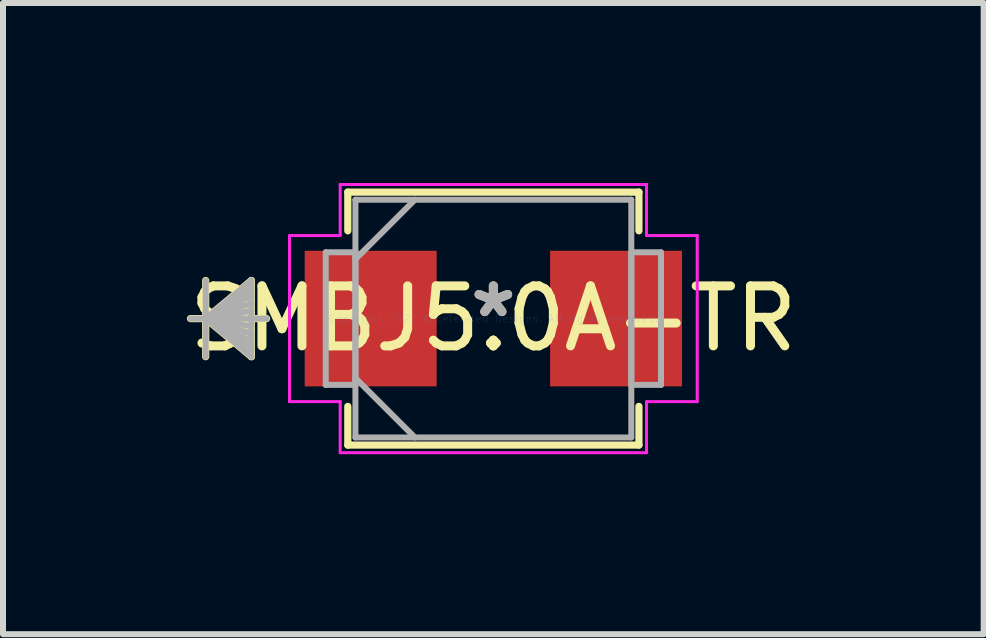
<source format=kicad_pcb>
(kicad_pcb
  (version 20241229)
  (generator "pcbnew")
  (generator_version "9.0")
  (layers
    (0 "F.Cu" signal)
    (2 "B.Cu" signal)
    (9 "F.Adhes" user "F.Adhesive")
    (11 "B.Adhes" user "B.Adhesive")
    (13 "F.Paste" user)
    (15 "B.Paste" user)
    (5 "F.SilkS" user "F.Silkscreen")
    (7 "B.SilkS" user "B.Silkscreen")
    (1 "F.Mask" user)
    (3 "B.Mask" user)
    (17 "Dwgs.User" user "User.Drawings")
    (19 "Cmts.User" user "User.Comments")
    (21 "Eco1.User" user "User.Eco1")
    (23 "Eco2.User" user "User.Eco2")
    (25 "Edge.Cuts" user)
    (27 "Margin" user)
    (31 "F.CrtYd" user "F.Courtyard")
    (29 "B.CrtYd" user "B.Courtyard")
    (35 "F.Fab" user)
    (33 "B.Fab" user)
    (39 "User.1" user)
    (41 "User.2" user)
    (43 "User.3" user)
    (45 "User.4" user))
  (footprint "SMBJ5.0A-TR"
    (layer "F.Cu")
    (at 5.173 2.26)
    (property "Reference" "SMBJ5.0A-TR" (at 0 0 0) (layer "F.SilkS") (effects (font (size 1 1) (thickness 0.15))))
    (attr through_hole)
    (fp_line (start -4.795 -0.635) (end -4.795 0.635) (stroke (width 0.12) (type solid)) (layer "F.SilkS"))
    (fp_line (start -4.795 0) (end -4.033 -0.635) (stroke (width 0.12) (type solid)) (layer "F.SilkS"))
    (fp_line (start -4.795 0) (end -4.033 -0.508) (stroke (width 0.12) (type solid)) (layer "F.SilkS"))
    (fp_line (start -4.795 0) (end -4.033 -0.381) (stroke (width 0.12) (type solid)) (layer "F.SilkS"))
    (fp_line (start -4.795 0) (end -4.033 -0.254) (stroke (width 0.12) (type solid)) (layer "F.SilkS"))
    (fp_line (start -4.795 0) (end -4.033 -0.127) (stroke (width 0.12) (type solid)) (layer "F.SilkS"))
    (fp_line (start -4.795 0) (end -4.033 0.127) (stroke (width 0.12) (type solid)) (layer "F.SilkS"))
    (fp_line (start -4.795 0) (end -4.033 0.254) (stroke (width 0.12) (type solid)) (layer "F.SilkS"))
    (fp_line (start -4.795 0) (end -4.033 0.381) (stroke (width 0.12) (type solid)) (layer "F.SilkS"))
    (fp_line (start -4.795 0) (end -4.033 0.508) (stroke (width 0.12) (type solid)) (layer "F.SilkS"))
    (fp_line (start -4.795 0) (end -4.033 0.635) (stroke (width 0.12) (type solid)) (layer "F.SilkS"))
    (fp_line (start -4.033 -0.635) (end -4.033 0.635) (stroke (width 0.12) (type solid)) (layer "F.SilkS"))
    (fp_line (start -3.779 0) (end -5.049 0) (stroke (width 0.12) (type solid)) (layer "F.SilkS"))
    (fp_line (start -2.426 -2.108) (end -2.426 -1.463) (stroke (width 0.12) (type solid)) (layer "F.SilkS"))
    (fp_line (start -2.426 1.463) (end -2.426 2.108) (stroke (width 0.12) (type solid)) (layer "F.SilkS"))
    (fp_line (start -2.426 2.108) (end 2.426 2.108) (stroke (width 0.12) (type solid)) (layer "F.SilkS"))
    (fp_line (start 2.426 -2.108) (end -2.426 -2.108) (stroke (width 0.12) (type solid)) (layer "F.SilkS"))
    (fp_line (start 2.426 -1.463) (end 2.426 -2.108) (stroke (width 0.12) (type solid)) (layer "F.SilkS"))
    (fp_line (start 2.426 2.108) (end 2.426 1.463) (stroke (width 0.12) (type solid)) (layer "F.SilkS"))
    (fp_line (start -3.398 -1.384) (end -2.553 -1.384) (stroke (width 0.05) (type solid)) (layer "F.CrtYd"))
    (fp_line (start -3.398 1.384) (end -3.398 -1.384) (stroke (width 0.05) (type solid)) (layer "F.CrtYd"))
    (fp_line (start -2.553 -2.235) (end 2.553 -2.235) (stroke (width 0.05) (type solid)) (layer "F.CrtYd"))
    (fp_line (start -2.553 -1.384) (end -2.553 -2.235) (stroke (width 0.05) (type solid)) (layer "F.CrtYd"))
    (fp_line (start -2.553 1.384) (end -3.398 1.384) (stroke (width 0.05) (type solid)) (layer "F.CrtYd"))
    (fp_line (start -2.553 2.235) (end -2.553 1.384) (stroke (width 0.05) (type solid)) (layer "F.CrtYd"))
    (fp_line (start 2.553 -2.235) (end 2.553 -1.384) (stroke (width 0.05) (type solid)) (layer "F.CrtYd"))
    (fp_line (start 2.553 -1.384) (end 3.398 -1.384) (stroke (width 0.05) (type solid)) (layer "F.CrtYd"))
    (fp_line (start 2.553 1.384) (end 2.553 2.235) (stroke (width 0.05) (type solid)) (layer "F.CrtYd"))
    (fp_line (start 2.553 2.235) (end -2.553 2.235) (stroke (width 0.05) (type solid)) (layer "F.CrtYd"))
    (fp_line (start 3.398 -1.384) (end 3.398 1.384) (stroke (width 0.05) (type solid)) (layer "F.CrtYd"))
    (fp_line (start 3.398 1.384) (end 2.553 1.384) (stroke (width 0.05) (type solid)) (layer "F.CrtYd"))
    (fp_line (start -4.795 -0.635) (end -4.795 0.635) (stroke (width 0.1) (type solid)) (layer "F.Fab"))
    (fp_line (start -4.795 0) (end -4.033 -0.635) (stroke (width 0.1) (type solid)) (layer "F.Fab"))
    (fp_line (start -4.795 0) (end -4.033 -0.508) (stroke (width 0.1) (type solid)) (layer "F.Fab"))
    (fp_line (start -4.795 0) (end -4.033 -0.381) (stroke (width 0.1) (type solid)) (layer "F.Fab"))
    (fp_line (start -4.795 0) (end -4.033 -0.254) (stroke (width 0.1) (type solid)) (layer "F.Fab"))
    (fp_line (start -4.795 0) (end -4.033 -0.127) (stroke (width 0.1) (type solid)) (layer "F.Fab"))
    (fp_line (start -4.795 0) (end -4.033 0.127) (stroke (width 0.1) (type solid)) (layer "F.Fab"))
    (fp_line (start -4.795 0) (end -4.033 0.254) (stroke (width 0.1) (type solid)) (layer "F.Fab"))
    (fp_line (start -4.795 0) (end -4.033 0.381) (stroke (width 0.1) (type solid)) (layer "F.Fab"))
    (fp_line (start -4.795 0) (end -4.033 0.508) (stroke (width 0.1) (type solid)) (layer "F.Fab"))
    (fp_line (start -4.795 0) (end -4.033 0.635) (stroke (width 0.1) (type solid)) (layer "F.Fab"))
    (fp_line (start -4.033 -0.635) (end -4.033 0.635) (stroke (width 0.1) (type solid)) (layer "F.Fab"))
    (fp_line (start -3.779 0) (end -5.049 0) (stroke (width 0.1) (type solid)) (layer "F.Fab"))
    (fp_line (start -2.794 -1.105) (end -2.794 1.105) (stroke (width 0.1) (type solid)) (layer "F.Fab"))
    (fp_line (start -2.794 1.105) (end -2.299 1.105) (stroke (width 0.1) (type solid)) (layer "F.Fab"))
    (fp_line (start -2.299 -1.981) (end -2.299 1.981) (stroke (width 0.1) (type solid)) (layer "F.Fab"))
    (fp_line (start -2.299 -1.105) (end -2.794 -1.105) (stroke (width 0.1) (type solid)) (layer "F.Fab"))
    (fp_line (start -2.299 -0.991) (end -1.308 -1.981) (stroke (width 0.1) (type solid)) (layer "F.Fab"))
    (fp_line (start -2.299 0.991) (end -1.308 1.981) (stroke (width 0.1) (type solid)) (layer "F.Fab"))
    (fp_line (start -2.299 1.105) (end -2.299 -1.105) (stroke (width 0.1) (type solid)) (layer "F.Fab"))
    (fp_line (start -2.299 1.981) (end 2.299 1.981) (stroke (width 0.1) (type solid)) (layer "F.Fab"))
    (fp_line (start 2.299 -1.981) (end -2.299 -1.981) (stroke (width 0.1) (type solid)) (layer "F.Fab"))
    (fp_line (start 2.299 -1.105) (end 2.299 1.105) (stroke (width 0.1) (type solid)) (layer "F.Fab"))
    (fp_line (start 2.299 1.105) (end 2.794 1.105) (stroke (width 0.1) (type solid)) (layer "F.Fab"))
    (fp_line (start 2.299 1.981) (end 2.299 -1.981) (stroke (width 0.1) (type solid)) (layer "F.Fab"))
    (fp_line (start 2.794 -1.105) (end 2.299 -1.105) (stroke (width 0.1) (type solid)) (layer "F.Fab"))
    (fp_line (start 2.794 1.105) (end 2.794 -1.105) (stroke (width 0.1) (type solid)) (layer "F.Fab"))
    (fp_text user "*" (at 0 0 0) (layer "F.SilkS") (effects (font (size 1 1) (thickness 0.15))))
    (fp_text user "Copyright 2021 Accelerated Designs. All rights reserved." (at 0 0 0) (layer "Cmts.User") (effects (font (size 0.127 0.127) (thickness 0.002))))
    (fp_text user "*" (at 0 0 0) (layer "F.Fab") (effects (font (size 1 1) (thickness 0.15))))
    (pad "1" smd rect (at -2.045 0) (size 2.199 2.26) (layers "F.Cu" "F.Mask" "F.Paste"))
    (pad "2" smd rect (at 2.045 0) (size 2.199 2.26) (layers "F.Cu" "F.Mask" "F.Paste")))
  (gr_rect
    (start -3 -3)
    (end 13.345 7.52)
    (stroke (width 0.1) (type default))
    (fill no)
    (layer "Edge.Cuts")))
</source>
